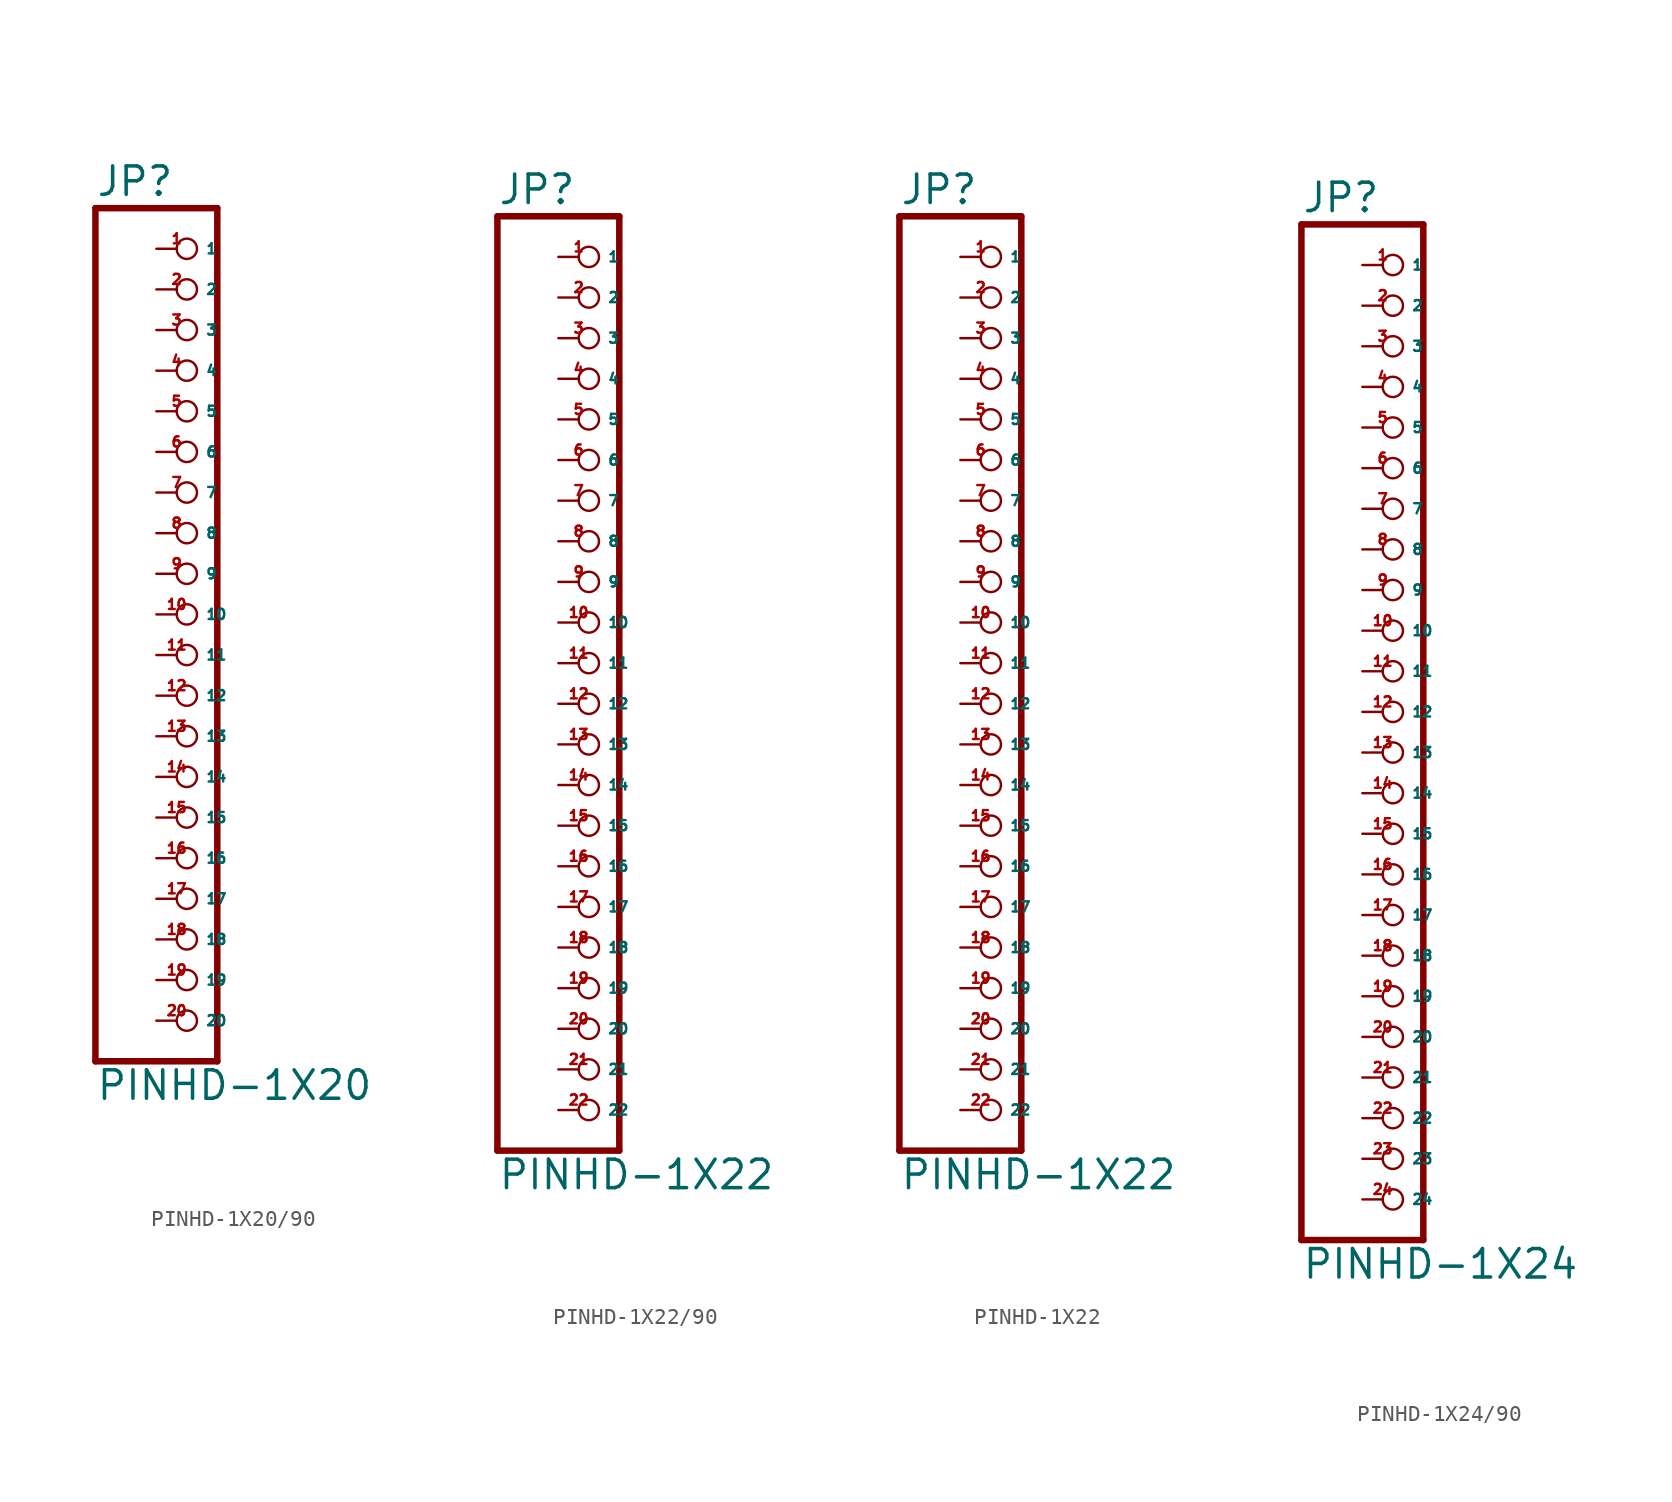
<source format=kicad_sym>
(kicad_symbol_lib
  (version 20220914)
  (generator Eagle2Kicad)
  (symbol "PINHD-1X20/90"
    (property "Reference" "JP"
      (at -6.35 26.035 0)
      (effects (font (size 1.778 1.778) (thickness 0.22)) (justify left bottom)))
    (property "Value" "PINHD-1X20"
      (at -6.35 -30.48 0)
      (effects (font (size 1.778 1.778) (thickness 0.22)) (justify left bottom)))
    (polyline
      (pts (xy -6.35 -27.94) (xy 1.27 -27.94))
      (stroke (width 0.406) (type default))
      (fill (type none)))
    (polyline
      (pts (xy 1.27 -27.94) (xy 1.27 25.4))
      (stroke (width 0.406) (type default))
      (fill (type none)))
    (polyline
      (pts (xy 1.27 25.4) (xy -6.35 25.4))
      (stroke (width 0.406) (type default))
      (fill (type none)))
    (polyline
      (pts (xy -6.35 25.4) (xy -6.35 -27.94))
      (stroke (width 0.406) (type default))
      (fill (type none)))
    (pin passive inverted
      (at -2.54 22.86 0)
      (length 2.54)
      (name "1" (effects (font (size 0.635 0.635) (thickness 0.08)) (justify left bottom)))
      (number "1" (effects (font (size 0.635 0.635) (thickness 0.08)) (justify left bottom))))
    (pin passive inverted
      (at -2.54 20.32 0)
      (length 2.54)
      (name "2" (effects (font (size 0.635 0.635) (thickness 0.08)) (justify left bottom)))
      (number "2" (effects (font (size 0.635 0.635) (thickness 0.08)) (justify left bottom))))
    (pin passive inverted
      (at -2.54 17.78 0)
      (length 2.54)
      (name "3" (effects (font (size 0.635 0.635) (thickness 0.08)) (justify left bottom)))
      (number "3" (effects (font (size 0.635 0.635) (thickness 0.08)) (justify left bottom))))
    (pin passive inverted
      (at -2.54 15.24 0)
      (length 2.54)
      (name "4" (effects (font (size 0.635 0.635) (thickness 0.08)) (justify left bottom)))
      (number "4" (effects (font (size 0.635 0.635) (thickness 0.08)) (justify left bottom))))
    (pin passive inverted
      (at -2.54 12.7 0)
      (length 2.54)
      (name "5" (effects (font (size 0.635 0.635) (thickness 0.08)) (justify left bottom)))
      (number "5" (effects (font (size 0.635 0.635) (thickness 0.08)) (justify left bottom))))
    (pin passive inverted
      (at -2.54 10.16 0)
      (length 2.54)
      (name "6" (effects (font (size 0.635 0.635) (thickness 0.08)) (justify left bottom)))
      (number "6" (effects (font (size 0.635 0.635) (thickness 0.08)) (justify left bottom))))
    (pin passive inverted
      (at -2.54 7.62 0)
      (length 2.54)
      (name "7" (effects (font (size 0.635 0.635) (thickness 0.08)) (justify left bottom)))
      (number "7" (effects (font (size 0.635 0.635) (thickness 0.08)) (justify left bottom))))
    (pin passive inverted
      (at -2.54 5.08 0)
      (length 2.54)
      (name "8" (effects (font (size 0.635 0.635) (thickness 0.08)) (justify left bottom)))
      (number "8" (effects (font (size 0.635 0.635) (thickness 0.08)) (justify left bottom))))
    (pin passive inverted
      (at -2.54 2.54 0)
      (length 2.54)
      (name "9" (effects (font (size 0.635 0.635) (thickness 0.08)) (justify left bottom)))
      (number "9" (effects (font (size 0.635 0.635) (thickness 0.08)) (justify left bottom))))
    (pin passive inverted
      (at -2.54 0 0)
      (length 2.54)
      (name "10" (effects (font (size 0.635 0.635) (thickness 0.08)) (justify left bottom)))
      (number "10" (effects (font (size 0.635 0.635) (thickness 0.08)) (justify left bottom))))
    (pin passive inverted
      (at -2.54 -2.54 0)
      (length 2.54)
      (name "11" (effects (font (size 0.635 0.635) (thickness 0.08)) (justify left bottom)))
      (number "11" (effects (font (size 0.635 0.635) (thickness 0.08)) (justify left bottom))))
    (pin passive inverted
      (at -2.54 -5.08 0)
      (length 2.54)
      (name "12" (effects (font (size 0.635 0.635) (thickness 0.08)) (justify left bottom)))
      (number "12" (effects (font (size 0.635 0.635) (thickness 0.08)) (justify left bottom))))
    (pin passive inverted
      (at -2.54 -7.62 0)
      (length 2.54)
      (name "13" (effects (font (size 0.635 0.635) (thickness 0.08)) (justify left bottom)))
      (number "13" (effects (font (size 0.635 0.635) (thickness 0.08)) (justify left bottom))))
    (pin passive inverted
      (at -2.54 -10.16 0)
      (length 2.54)
      (name "14" (effects (font (size 0.635 0.635) (thickness 0.08)) (justify left bottom)))
      (number "14" (effects (font (size 0.635 0.635) (thickness 0.08)) (justify left bottom))))
    (pin passive inverted
      (at -2.54 -12.7 0)
      (length 2.54)
      (name "15" (effects (font (size 0.635 0.635) (thickness 0.08)) (justify left bottom)))
      (number "15" (effects (font (size 0.635 0.635) (thickness 0.08)) (justify left bottom))))
    (pin passive inverted
      (at -2.54 -15.24 0)
      (length 2.54)
      (name "16" (effects (font (size 0.635 0.635) (thickness 0.08)) (justify left bottom)))
      (number "16" (effects (font (size 0.635 0.635) (thickness 0.08)) (justify left bottom))))
    (pin passive inverted
      (at -2.54 -17.78 0)
      (length 2.54)
      (name "17" (effects (font (size 0.635 0.635) (thickness 0.08)) (justify left bottom)))
      (number "17" (effects (font (size 0.635 0.635) (thickness 0.08)) (justify left bottom))))
    (pin passive inverted
      (at -2.54 -20.32 0)
      (length 2.54)
      (name "18" (effects (font (size 0.635 0.635) (thickness 0.08)) (justify left bottom)))
      (number "18" (effects (font (size 0.635 0.635) (thickness 0.08)) (justify left bottom))))
    (pin passive inverted
      (at -2.54 -22.86 0)
      (length 2.54)
      (name "19" (effects (font (size 0.635 0.635) (thickness 0.08)) (justify left bottom)))
      (number "19" (effects (font (size 0.635 0.635) (thickness 0.08)) (justify left bottom))))
    (pin passive inverted
      (at -2.54 -25.4 0)
      (length 2.54)
      (name "20" (effects (font (size 0.635 0.635) (thickness 0.08)) (justify left bottom)))
      (number "20" (effects (font (size 0.635 0.635) (thickness 0.08)) (justify left bottom)))))
  (symbol "PINHD-1X22/90"
    (property "Reference" "JP"
      (at -6.35 28.575 0)
      (effects (font (size 1.778 1.778) (thickness 0.22)) (justify left bottom)))
    (property "Value" "PINHD-1X22"
      (at -6.35 -33.02 0)
      (effects (font (size 1.778 1.778) (thickness 0.22)) (justify left bottom)))
    (polyline
      (pts (xy -6.35 -30.48) (xy 1.27 -30.48))
      (stroke (width 0.406) (type default))
      (fill (type none)))
    (polyline
      (pts (xy 1.27 -30.48) (xy 1.27 27.94))
      (stroke (width 0.406) (type default))
      (fill (type none)))
    (polyline
      (pts (xy 1.27 27.94) (xy -6.35 27.94))
      (stroke (width 0.406) (type default))
      (fill (type none)))
    (polyline
      (pts (xy -6.35 27.94) (xy -6.35 -30.48))
      (stroke (width 0.406) (type default))
      (fill (type none)))
    (pin passive inverted
      (at -2.54 25.4 0)
      (length 2.54)
      (name "1" (effects (font (size 0.635 0.635) (thickness 0.08)) (justify left bottom)))
      (number "1" (effects (font (size 0.635 0.635) (thickness 0.08)) (justify left bottom))))
    (pin passive inverted
      (at -2.54 22.86 0)
      (length 2.54)
      (name "2" (effects (font (size 0.635 0.635) (thickness 0.08)) (justify left bottom)))
      (number "2" (effects (font (size 0.635 0.635) (thickness 0.08)) (justify left bottom))))
    (pin passive inverted
      (at -2.54 20.32 0)
      (length 2.54)
      (name "3" (effects (font (size 0.635 0.635) (thickness 0.08)) (justify left bottom)))
      (number "3" (effects (font (size 0.635 0.635) (thickness 0.08)) (justify left bottom))))
    (pin passive inverted
      (at -2.54 17.78 0)
      (length 2.54)
      (name "4" (effects (font (size 0.635 0.635) (thickness 0.08)) (justify left bottom)))
      (number "4" (effects (font (size 0.635 0.635) (thickness 0.08)) (justify left bottom))))
    (pin passive inverted
      (at -2.54 15.24 0)
      (length 2.54)
      (name "5" (effects (font (size 0.635 0.635) (thickness 0.08)) (justify left bottom)))
      (number "5" (effects (font (size 0.635 0.635) (thickness 0.08)) (justify left bottom))))
    (pin passive inverted
      (at -2.54 12.7 0)
      (length 2.54)
      (name "6" (effects (font (size 0.635 0.635) (thickness 0.08)) (justify left bottom)))
      (number "6" (effects (font (size 0.635 0.635) (thickness 0.08)) (justify left bottom))))
    (pin passive inverted
      (at -2.54 10.16 0)
      (length 2.54)
      (name "7" (effects (font (size 0.635 0.635) (thickness 0.08)) (justify left bottom)))
      (number "7" (effects (font (size 0.635 0.635) (thickness 0.08)) (justify left bottom))))
    (pin passive inverted
      (at -2.54 7.62 0)
      (length 2.54)
      (name "8" (effects (font (size 0.635 0.635) (thickness 0.08)) (justify left bottom)))
      (number "8" (effects (font (size 0.635 0.635) (thickness 0.08)) (justify left bottom))))
    (pin passive inverted
      (at -2.54 5.08 0)
      (length 2.54)
      (name "9" (effects (font (size 0.635 0.635) (thickness 0.08)) (justify left bottom)))
      (number "9" (effects (font (size 0.635 0.635) (thickness 0.08)) (justify left bottom))))
    (pin passive inverted
      (at -2.54 2.54 0)
      (length 2.54)
      (name "10" (effects (font (size 0.635 0.635) (thickness 0.08)) (justify left bottom)))
      (number "10" (effects (font (size 0.635 0.635) (thickness 0.08)) (justify left bottom))))
    (pin passive inverted
      (at -2.54 0 0)
      (length 2.54)
      (name "11" (effects (font (size 0.635 0.635) (thickness 0.08)) (justify left bottom)))
      (number "11" (effects (font (size 0.635 0.635) (thickness 0.08)) (justify left bottom))))
    (pin passive inverted
      (at -2.54 -2.54 0)
      (length 2.54)
      (name "12" (effects (font (size 0.635 0.635) (thickness 0.08)) (justify left bottom)))
      (number "12" (effects (font (size 0.635 0.635) (thickness 0.08)) (justify left bottom))))
    (pin passive inverted
      (at -2.54 -5.08 0)
      (length 2.54)
      (name "13" (effects (font (size 0.635 0.635) (thickness 0.08)) (justify left bottom)))
      (number "13" (effects (font (size 0.635 0.635) (thickness 0.08)) (justify left bottom))))
    (pin passive inverted
      (at -2.54 -7.62 0)
      (length 2.54)
      (name "14" (effects (font (size 0.635 0.635) (thickness 0.08)) (justify left bottom)))
      (number "14" (effects (font (size 0.635 0.635) (thickness 0.08)) (justify left bottom))))
    (pin passive inverted
      (at -2.54 -10.16 0)
      (length 2.54)
      (name "15" (effects (font (size 0.635 0.635) (thickness 0.08)) (justify left bottom)))
      (number "15" (effects (font (size 0.635 0.635) (thickness 0.08)) (justify left bottom))))
    (pin passive inverted
      (at -2.54 -12.7 0)
      (length 2.54)
      (name "16" (effects (font (size 0.635 0.635) (thickness 0.08)) (justify left bottom)))
      (number "16" (effects (font (size 0.635 0.635) (thickness 0.08)) (justify left bottom))))
    (pin passive inverted
      (at -2.54 -15.24 0)
      (length 2.54)
      (name "17" (effects (font (size 0.635 0.635) (thickness 0.08)) (justify left bottom)))
      (number "17" (effects (font (size 0.635 0.635) (thickness 0.08)) (justify left bottom))))
    (pin passive inverted
      (at -2.54 -17.78 0)
      (length 2.54)
      (name "18" (effects (font (size 0.635 0.635) (thickness 0.08)) (justify left bottom)))
      (number "18" (effects (font (size 0.635 0.635) (thickness 0.08)) (justify left bottom))))
    (pin passive inverted
      (at -2.54 -20.32 0)
      (length 2.54)
      (name "19" (effects (font (size 0.635 0.635) (thickness 0.08)) (justify left bottom)))
      (number "19" (effects (font (size 0.635 0.635) (thickness 0.08)) (justify left bottom))))
    (pin passive inverted
      (at -2.54 -22.86 0)
      (length 2.54)
      (name "20" (effects (font (size 0.635 0.635) (thickness 0.08)) (justify left bottom)))
      (number "20" (effects (font (size 0.635 0.635) (thickness 0.08)) (justify left bottom))))
    (pin passive inverted
      (at -2.54 -25.4 0)
      (length 2.54)
      (name "21" (effects (font (size 0.635 0.635) (thickness 0.08)) (justify left bottom)))
      (number "21" (effects (font (size 0.635 0.635) (thickness 0.08)) (justify left bottom))))
    (pin passive inverted
      (at -2.54 -27.94 0)
      (length 2.54)
      (name "22" (effects (font (size 0.635 0.635) (thickness 0.08)) (justify left bottom)))
      (number "22" (effects (font (size 0.635 0.635) (thickness 0.08)) (justify left bottom)))))
  (symbol "PINHD-1X22"
    (property "Reference" "JP"
      (at -6.35 28.575 0)
      (effects (font (size 1.778 1.778) (thickness 0.22)) (justify left bottom)))
    (property "Value" "PINHD-1X22"
      (at -6.35 -33.02 0)
      (effects (font (size 1.778 1.778) (thickness 0.22)) (justify left bottom)))
    (polyline
      (pts (xy -6.35 -30.48) (xy 1.27 -30.48))
      (stroke (width 0.406) (type default))
      (fill (type none)))
    (polyline
      (pts (xy 1.27 -30.48) (xy 1.27 27.94))
      (stroke (width 0.406) (type default))
      (fill (type none)))
    (polyline
      (pts (xy 1.27 27.94) (xy -6.35 27.94))
      (stroke (width 0.406) (type default))
      (fill (type none)))
    (polyline
      (pts (xy -6.35 27.94) (xy -6.35 -30.48))
      (stroke (width 0.406) (type default))
      (fill (type none)))
    (pin passive inverted
      (at -2.54 25.4 0)
      (length 2.54)
      (name "1" (effects (font (size 0.635 0.635) (thickness 0.08)) (justify left bottom)))
      (number "1" (effects (font (size 0.635 0.635) (thickness 0.08)) (justify left bottom))))
    (pin passive inverted
      (at -2.54 22.86 0)
      (length 2.54)
      (name "2" (effects (font (size 0.635 0.635) (thickness 0.08)) (justify left bottom)))
      (number "2" (effects (font (size 0.635 0.635) (thickness 0.08)) (justify left bottom))))
    (pin passive inverted
      (at -2.54 20.32 0)
      (length 2.54)
      (name "3" (effects (font (size 0.635 0.635) (thickness 0.08)) (justify left bottom)))
      (number "3" (effects (font (size 0.635 0.635) (thickness 0.08)) (justify left bottom))))
    (pin passive inverted
      (at -2.54 17.78 0)
      (length 2.54)
      (name "4" (effects (font (size 0.635 0.635) (thickness 0.08)) (justify left bottom)))
      (number "4" (effects (font (size 0.635 0.635) (thickness 0.08)) (justify left bottom))))
    (pin passive inverted
      (at -2.54 15.24 0)
      (length 2.54)
      (name "5" (effects (font (size 0.635 0.635) (thickness 0.08)) (justify left bottom)))
      (number "5" (effects (font (size 0.635 0.635) (thickness 0.08)) (justify left bottom))))
    (pin passive inverted
      (at -2.54 12.7 0)
      (length 2.54)
      (name "6" (effects (font (size 0.635 0.635) (thickness 0.08)) (justify left bottom)))
      (number "6" (effects (font (size 0.635 0.635) (thickness 0.08)) (justify left bottom))))
    (pin passive inverted
      (at -2.54 10.16 0)
      (length 2.54)
      (name "7" (effects (font (size 0.635 0.635) (thickness 0.08)) (justify left bottom)))
      (number "7" (effects (font (size 0.635 0.635) (thickness 0.08)) (justify left bottom))))
    (pin passive inverted
      (at -2.54 7.62 0)
      (length 2.54)
      (name "8" (effects (font (size 0.635 0.635) (thickness 0.08)) (justify left bottom)))
      (number "8" (effects (font (size 0.635 0.635) (thickness 0.08)) (justify left bottom))))
    (pin passive inverted
      (at -2.54 5.08 0)
      (length 2.54)
      (name "9" (effects (font (size 0.635 0.635) (thickness 0.08)) (justify left bottom)))
      (number "9" (effects (font (size 0.635 0.635) (thickness 0.08)) (justify left bottom))))
    (pin passive inverted
      (at -2.54 2.54 0)
      (length 2.54)
      (name "10" (effects (font (size 0.635 0.635) (thickness 0.08)) (justify left bottom)))
      (number "10" (effects (font (size 0.635 0.635) (thickness 0.08)) (justify left bottom))))
    (pin passive inverted
      (at -2.54 0 0)
      (length 2.54)
      (name "11" (effects (font (size 0.635 0.635) (thickness 0.08)) (justify left bottom)))
      (number "11" (effects (font (size 0.635 0.635) (thickness 0.08)) (justify left bottom))))
    (pin passive inverted
      (at -2.54 -2.54 0)
      (length 2.54)
      (name "12" (effects (font (size 0.635 0.635) (thickness 0.08)) (justify left bottom)))
      (number "12" (effects (font (size 0.635 0.635) (thickness 0.08)) (justify left bottom))))
    (pin passive inverted
      (at -2.54 -5.08 0)
      (length 2.54)
      (name "13" (effects (font (size 0.635 0.635) (thickness 0.08)) (justify left bottom)))
      (number "13" (effects (font (size 0.635 0.635) (thickness 0.08)) (justify left bottom))))
    (pin passive inverted
      (at -2.54 -7.62 0)
      (length 2.54)
      (name "14" (effects (font (size 0.635 0.635) (thickness 0.08)) (justify left bottom)))
      (number "14" (effects (font (size 0.635 0.635) (thickness 0.08)) (justify left bottom))))
    (pin passive inverted
      (at -2.54 -10.16 0)
      (length 2.54)
      (name "15" (effects (font (size 0.635 0.635) (thickness 0.08)) (justify left bottom)))
      (number "15" (effects (font (size 0.635 0.635) (thickness 0.08)) (justify left bottom))))
    (pin passive inverted
      (at -2.54 -12.7 0)
      (length 2.54)
      (name "16" (effects (font (size 0.635 0.635) (thickness 0.08)) (justify left bottom)))
      (number "16" (effects (font (size 0.635 0.635) (thickness 0.08)) (justify left bottom))))
    (pin passive inverted
      (at -2.54 -15.24 0)
      (length 2.54)
      (name "17" (effects (font (size 0.635 0.635) (thickness 0.08)) (justify left bottom)))
      (number "17" (effects (font (size 0.635 0.635) (thickness 0.08)) (justify left bottom))))
    (pin passive inverted
      (at -2.54 -17.78 0)
      (length 2.54)
      (name "18" (effects (font (size 0.635 0.635) (thickness 0.08)) (justify left bottom)))
      (number "18" (effects (font (size 0.635 0.635) (thickness 0.08)) (justify left bottom))))
    (pin passive inverted
      (at -2.54 -20.32 0)
      (length 2.54)
      (name "19" (effects (font (size 0.635 0.635) (thickness 0.08)) (justify left bottom)))
      (number "19" (effects (font (size 0.635 0.635) (thickness 0.08)) (justify left bottom))))
    (pin passive inverted
      (at -2.54 -22.86 0)
      (length 2.54)
      (name "20" (effects (font (size 0.635 0.635) (thickness 0.08)) (justify left bottom)))
      (number "20" (effects (font (size 0.635 0.635) (thickness 0.08)) (justify left bottom))))
    (pin passive inverted
      (at -2.54 -25.4 0)
      (length 2.54)
      (name "21" (effects (font (size 0.635 0.635) (thickness 0.08)) (justify left bottom)))
      (number "21" (effects (font (size 0.635 0.635) (thickness 0.08)) (justify left bottom))))
    (pin passive inverted
      (at -2.54 -27.94 0)
      (length 2.54)
      (name "22" (effects (font (size 0.635 0.635) (thickness 0.08)) (justify left bottom)))
      (number "22" (effects (font (size 0.635 0.635) (thickness 0.08)) (justify left bottom)))))
  (symbol "PINHD-1X24/90"
    (property "Reference" "JP"
      (at -6.35 31.115 0)
      (effects (font (size 1.778 1.778) (thickness 0.22)) (justify left bottom)))
    (property "Value" "PINHD-1X24"
      (at -6.35 -35.56 0)
      (effects (font (size 1.778 1.778) (thickness 0.22)) (justify left bottom)))
    (polyline
      (pts (xy -6.35 -33.02) (xy 1.27 -33.02))
      (stroke (width 0.406) (type default))
      (fill (type none)))
    (polyline
      (pts (xy 1.27 -33.02) (xy 1.27 30.48))
      (stroke (width 0.406) (type default))
      (fill (type none)))
    (polyline
      (pts (xy 1.27 30.48) (xy -6.35 30.48))
      (stroke (width 0.406) (type default))
      (fill (type none)))
    (polyline
      (pts (xy -6.35 30.48) (xy -6.35 -33.02))
      (stroke (width 0.406) (type default))
      (fill (type none)))
    (pin passive inverted
      (at -2.54 27.94 0)
      (length 2.54)
      (name "1" (effects (font (size 0.635 0.635) (thickness 0.08)) (justify left bottom)))
      (number "1" (effects (font (size 0.635 0.635) (thickness 0.08)) (justify left bottom))))
    (pin passive inverted
      (at -2.54 25.4 0)
      (length 2.54)
      (name "2" (effects (font (size 0.635 0.635) (thickness 0.08)) (justify left bottom)))
      (number "2" (effects (font (size 0.635 0.635) (thickness 0.08)) (justify left bottom))))
    (pin passive inverted
      (at -2.54 22.86 0)
      (length 2.54)
      (name "3" (effects (font (size 0.635 0.635) (thickness 0.08)) (justify left bottom)))
      (number "3" (effects (font (size 0.635 0.635) (thickness 0.08)) (justify left bottom))))
    (pin passive inverted
      (at -2.54 20.32 0)
      (length 2.54)
      (name "4" (effects (font (size 0.635 0.635) (thickness 0.08)) (justify left bottom)))
      (number "4" (effects (font (size 0.635 0.635) (thickness 0.08)) (justify left bottom))))
    (pin passive inverted
      (at -2.54 17.78 0)
      (length 2.54)
      (name "5" (effects (font (size 0.635 0.635) (thickness 0.08)) (justify left bottom)))
      (number "5" (effects (font (size 0.635 0.635) (thickness 0.08)) (justify left bottom))))
    (pin passive inverted
      (at -2.54 15.24 0)
      (length 2.54)
      (name "6" (effects (font (size 0.635 0.635) (thickness 0.08)) (justify left bottom)))
      (number "6" (effects (font (size 0.635 0.635) (thickness 0.08)) (justify left bottom))))
    (pin passive inverted
      (at -2.54 12.7 0)
      (length 2.54)
      (name "7" (effects (font (size 0.635 0.635) (thickness 0.08)) (justify left bottom)))
      (number "7" (effects (font (size 0.635 0.635) (thickness 0.08)) (justify left bottom))))
    (pin passive inverted
      (at -2.54 10.16 0)
      (length 2.54)
      (name "8" (effects (font (size 0.635 0.635) (thickness 0.08)) (justify left bottom)))
      (number "8" (effects (font (size 0.635 0.635) (thickness 0.08)) (justify left bottom))))
    (pin passive inverted
      (at -2.54 7.62 0)
      (length 2.54)
      (name "9" (effects (font (size 0.635 0.635) (thickness 0.08)) (justify left bottom)))
      (number "9" (effects (font (size 0.635 0.635) (thickness 0.08)) (justify left bottom))))
    (pin passive inverted
      (at -2.54 5.08 0)
      (length 2.54)
      (name "10" (effects (font (size 0.635 0.635) (thickness 0.08)) (justify left bottom)))
      (number "10" (effects (font (size 0.635 0.635) (thickness 0.08)) (justify left bottom))))
    (pin passive inverted
      (at -2.54 2.54 0)
      (length 2.54)
      (name "11" (effects (font (size 0.635 0.635) (thickness 0.08)) (justify left bottom)))
      (number "11" (effects (font (size 0.635 0.635) (thickness 0.08)) (justify left bottom))))
    (pin passive inverted
      (at -2.54 0 0)
      (length 2.54)
      (name "12" (effects (font (size 0.635 0.635) (thickness 0.08)) (justify left bottom)))
      (number "12" (effects (font (size 0.635 0.635) (thickness 0.08)) (justify left bottom))))
    (pin passive inverted
      (at -2.54 -2.54 0)
      (length 2.54)
      (name "13" (effects (font (size 0.635 0.635) (thickness 0.08)) (justify left bottom)))
      (number "13" (effects (font (size 0.635 0.635) (thickness 0.08)) (justify left bottom))))
    (pin passive inverted
      (at -2.54 -5.08 0)
      (length 2.54)
      (name "14" (effects (font (size 0.635 0.635) (thickness 0.08)) (justify left bottom)))
      (number "14" (effects (font (size 0.635 0.635) (thickness 0.08)) (justify left bottom))))
    (pin passive inverted
      (at -2.54 -7.62 0)
      (length 2.54)
      (name "15" (effects (font (size 0.635 0.635) (thickness 0.08)) (justify left bottom)))
      (number "15" (effects (font (size 0.635 0.635) (thickness 0.08)) (justify left bottom))))
    (pin passive inverted
      (at -2.54 -10.16 0)
      (length 2.54)
      (name "16" (effects (font (size 0.635 0.635) (thickness 0.08)) (justify left bottom)))
      (number "16" (effects (font (size 0.635 0.635) (thickness 0.08)) (justify left bottom))))
    (pin passive inverted
      (at -2.54 -12.7 0)
      (length 2.54)
      (name "17" (effects (font (size 0.635 0.635) (thickness 0.08)) (justify left bottom)))
      (number "17" (effects (font (size 0.635 0.635) (thickness 0.08)) (justify left bottom))))
    (pin passive inverted
      (at -2.54 -15.24 0)
      (length 2.54)
      (name "18" (effects (font (size 0.635 0.635) (thickness 0.08)) (justify left bottom)))
      (number "18" (effects (font (size 0.635 0.635) (thickness 0.08)) (justify left bottom))))
    (pin passive inverted
      (at -2.54 -17.78 0)
      (length 2.54)
      (name "19" (effects (font (size 0.635 0.635) (thickness 0.08)) (justify left bottom)))
      (number "19" (effects (font (size 0.635 0.635) (thickness 0.08)) (justify left bottom))))
    (pin passive inverted
      (at -2.54 -20.32 0)
      (length 2.54)
      (name "20" (effects (font (size 0.635 0.635) (thickness 0.08)) (justify left bottom)))
      (number "20" (effects (font (size 0.635 0.635) (thickness 0.08)) (justify left bottom))))
    (pin passive inverted
      (at -2.54 -22.86 0)
      (length 2.54)
      (name "21" (effects (font (size 0.635 0.635) (thickness 0.08)) (justify left bottom)))
      (number "21" (effects (font (size 0.635 0.635) (thickness 0.08)) (justify left bottom))))
    (pin passive inverted
      (at -2.54 -25.4 0)
      (length 2.54)
      (name "22" (effects (font (size 0.635 0.635) (thickness 0.08)) (justify left bottom)))
      (number "22" (effects (font (size 0.635 0.635) (thickness 0.08)) (justify left bottom))))
    (pin passive inverted
      (at -2.54 -27.94 0)
      (length 2.54)
      (name "23" (effects (font (size 0.635 0.635) (thickness 0.08)) (justify left bottom)))
      (number "23" (effects (font (size 0.635 0.635) (thickness 0.08)) (justify left bottom))))
    (pin passive inverted
      (at -2.54 -30.48 0)
      (length 2.54)
      (name "24" (effects (font (size 0.635 0.635) (thickness 0.08)) (justify left bottom)))
      (number "24" (effects (font (size 0.635 0.635) (thickness 0.08)) (justify left bottom))))))
</source>
